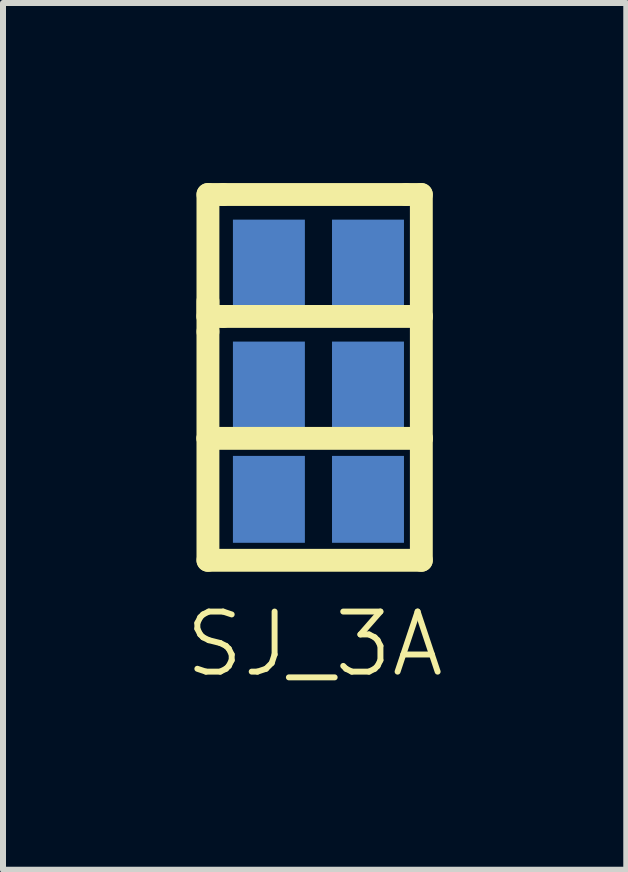
<source format=kicad_pcb>
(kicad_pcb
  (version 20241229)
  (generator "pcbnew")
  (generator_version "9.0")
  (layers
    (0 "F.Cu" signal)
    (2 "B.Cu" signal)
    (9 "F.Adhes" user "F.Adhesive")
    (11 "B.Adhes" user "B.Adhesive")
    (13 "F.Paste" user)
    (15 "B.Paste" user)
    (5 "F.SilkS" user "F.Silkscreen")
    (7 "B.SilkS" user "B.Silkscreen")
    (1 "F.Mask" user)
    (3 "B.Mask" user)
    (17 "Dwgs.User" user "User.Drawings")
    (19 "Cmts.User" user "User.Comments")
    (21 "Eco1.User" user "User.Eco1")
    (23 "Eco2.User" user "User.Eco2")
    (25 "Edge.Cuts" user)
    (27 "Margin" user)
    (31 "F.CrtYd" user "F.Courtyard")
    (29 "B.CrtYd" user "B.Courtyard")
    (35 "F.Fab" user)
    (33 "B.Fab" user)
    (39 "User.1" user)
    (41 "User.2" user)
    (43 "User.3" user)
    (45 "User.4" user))
  (footprint "SJ_3A"
    (layer "F.Cu")
    (at 2.193 3.239)
    (property "Reference" "SJ_3A" (at 0 4.445 0) (layer "F.SilkS") (effects (font (size 1.001 1.001) (thickness 0.099))))
    (attr smd)
    (fp_line (start -1.778 -3.048) (end -1.524 -3.048) (stroke (width 0.381) (type solid)) (layer "F.SilkS"))
    (fp_line (start -1.778 -1.27) (end -1.778 -0.762) (stroke (width 0.381) (type solid)) (layer "F.SilkS"))
    (fp_line (start -1.778 -1.016) (end -1.778 -3.048) (stroke (width 0.381) (type solid)) (layer "F.SilkS"))
    (fp_line (start -1.778 1.016) (end -1.778 -0.762) (stroke (width 0.381) (type solid)) (layer "F.SilkS"))
    (fp_line (start -1.778 1.016) (end -1.778 3.048) (stroke (width 0.381) (type solid)) (layer "F.SilkS"))
    (fp_line (start -1.778 3.048) (end 1.778 3.048) (stroke (width 0.381) (type solid)) (layer "F.SilkS"))
    (fp_line (start -1.524 -3.048) (end 1.524 -3.048) (stroke (width 0.381) (type solid)) (layer "F.SilkS"))
    (fp_line (start -1.524 -1.016) (end -1.778 -1.016) (stroke (width 0.381) (type solid)) (layer "F.SilkS"))
    (fp_line (start 1.524 -3.048) (end 1.778 -3.048) (stroke (width 0.381) (type solid)) (layer "F.SilkS"))
    (fp_line (start 1.778 -3.048) (end 1.778 -1.016) (stroke (width 0.381) (type solid)) (layer "F.SilkS"))
    (fp_line (start 1.778 -1.016) (end -1.524 -1.016) (stroke (width 0.381) (type solid)) (layer "F.SilkS"))
    (fp_line (start 1.778 -1.016) (end 1.778 1.016) (stroke (width 0.381) (type solid)) (layer "F.SilkS"))
    (fp_line (start 1.778 1.016) (end -1.778 1.016) (stroke (width 0.381) (type solid)) (layer "F.SilkS"))
    (fp_line (start 1.778 3.048) (end 1.778 1.016) (stroke (width 0.381) (type solid)) (layer "F.SilkS"))
    (pad "1" smd rect (at -0.762 -1.905) (size 1.199 1.448) (layers "F.Mask" "B.Cu" "F.Paste"))
    (pad "2" smd rect (at 0.889 -1.905) (size 1.199 1.448) (layers "F.Mask" "B.Cu" "F.Paste"))
    (pad "3" smd rect (at -0.762 0.127) (size 1.199 1.448) (layers "F.Mask" "B.Cu" "F.Paste"))
    (pad "4" smd rect (at 0.889 0.127) (size 1.199 1.448) (layers "F.Mask" "B.Cu" "F.Paste"))
    (pad "5" smd rect (at -0.762 2.032) (size 1.199 1.448) (layers "F.Mask" "B.Cu" "F.Paste"))
    (pad "6" smd rect (at 0.889 2.032) (size 1.199 1.448) (layers "F.Mask" "B.Cu" "F.Paste")))
  (gr_rect
    (start -3 -3)
    (end 7.386 11.443)
    (stroke (width 0.1) (type default))
    (fill no)
    (layer "Edge.Cuts")))
</source>
